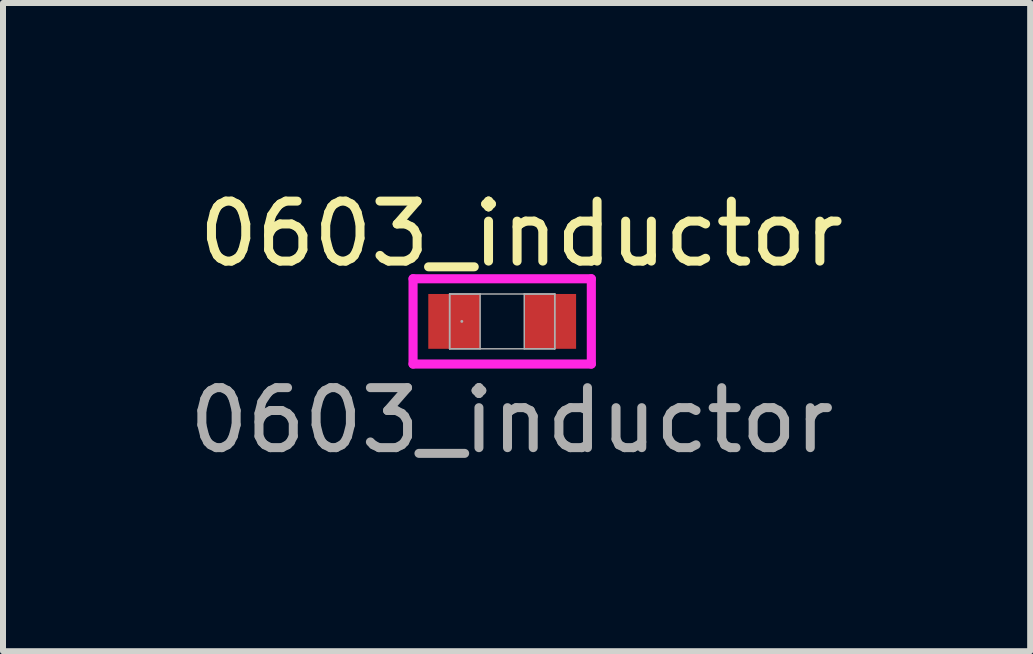
<source format=kicad_pcb>
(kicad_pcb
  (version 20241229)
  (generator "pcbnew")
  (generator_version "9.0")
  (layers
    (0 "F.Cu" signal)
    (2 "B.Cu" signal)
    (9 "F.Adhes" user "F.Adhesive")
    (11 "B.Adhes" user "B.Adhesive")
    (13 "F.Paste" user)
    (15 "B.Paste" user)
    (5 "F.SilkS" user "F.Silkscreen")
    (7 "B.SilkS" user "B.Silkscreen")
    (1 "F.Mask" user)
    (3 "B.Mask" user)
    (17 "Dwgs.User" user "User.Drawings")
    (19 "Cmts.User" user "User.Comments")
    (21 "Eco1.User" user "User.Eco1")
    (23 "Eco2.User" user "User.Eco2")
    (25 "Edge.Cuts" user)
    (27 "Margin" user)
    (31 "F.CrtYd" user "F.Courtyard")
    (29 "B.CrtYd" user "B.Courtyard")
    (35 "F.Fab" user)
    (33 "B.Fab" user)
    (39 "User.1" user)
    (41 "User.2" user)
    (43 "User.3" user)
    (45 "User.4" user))
  (footprint "0603_inductor"
    (layer "F.Cu")
    (at 5.322 2.308)
    (property "Reference" "0603_inductor" (at 0.32 -1.46 0) (unlocked yes) (layer "F.SilkS") (effects (font (size 1 1) (thickness 0.15))))
    (attr smd)
    (fp_line (start -1.486 -0.711) (end 1.486 -0.711) (stroke (width 0.152) (type solid)) (layer "F.CrtYd"))
    (fp_line (start -1.486 0.711) (end -1.486 -0.711) (stroke (width 0.152) (type solid)) (layer "F.CrtYd"))
    (fp_line (start 1.486 -0.711) (end 1.486 0.711) (stroke (width 0.152) (type solid)) (layer "F.CrtYd"))
    (fp_line (start 1.486 0.711) (end -1.486 0.711) (stroke (width 0.152) (type solid)) (layer "F.CrtYd"))
    (fp_line (start -0.876 -0.457) (end -0.876 0.457) (stroke (width 0.025) (type solid)) (layer "F.Fab"))
    (fp_line (start -0.876 -0.457) (end -0.876 0.457) (stroke (width 0.025) (type solid)) (layer "F.Fab"))
    (fp_line (start -0.876 0.457) (end -0.368 0.457) (stroke (width 0.025) (type solid)) (layer "F.Fab"))
    (fp_line (start -0.876 0.457) (end 0.876 0.457) (stroke (width 0.025) (type solid)) (layer "F.Fab"))
    (fp_line (start -0.368 -0.457) (end -0.876 -0.457) (stroke (width 0.025) (type solid)) (layer "F.Fab"))
    (fp_line (start -0.368 0.457) (end -0.368 -0.457) (stroke (width 0.025) (type solid)) (layer "F.Fab"))
    (fp_line (start 0.368 -0.457) (end 0.368 0.457) (stroke (width 0.025) (type solid)) (layer "F.Fab"))
    (fp_line (start 0.368 0.457) (end 0.876 0.457) (stroke (width 0.025) (type solid)) (layer "F.Fab"))
    (fp_line (start 0.876 -0.457) (end -0.876 -0.457) (stroke (width 0.025) (type solid)) (layer "F.Fab"))
    (fp_line (start 0.876 -0.457) (end 0.368 -0.457) (stroke (width 0.025) (type solid)) (layer "F.Fab"))
    (fp_line (start 0.876 0.457) (end 0.876 -0.457) (stroke (width 0.025) (type solid)) (layer "F.Fab"))
    (fp_line (start 0.876 0.457) (end 0.876 -0.457) (stroke (width 0.025) (type solid)) (layer "F.Fab"))
    (fp_circle (center -0.673 0) (end -0.673 0) (stroke (width 0.025) (type solid)) (fill no) (layer "F.Fab"))
    (fp_text user "${REFERENCE}" (at 0.16 1.65 0) (unlocked yes) (layer "F.Fab") (effects (font (size 1 1) (thickness 0.15))))
    (pad "1" smd rect (at -0.8 0) (size 0.864 0.914) (layers "F.Cu" "F.Mask" "F.Paste"))
    (pad "2" smd rect (at 0.8 0) (size 0.864 0.914) (layers "F.Cu" "F.Mask" "F.Paste"))
    (zone (net_name "") (layer "F.Cu") (hatch full 0.508) (connect_pads) (min_thickness 0.254) (filled_areas_thickness no) (keepout (tracks not_allowed) (vias not_allowed) (pads allowed) (copperpour not_allowed) (footprints allowed)) (placement (enabled no)) (fill) (polygon (pts (xy 5.005 1.902) (xy 5.64 1.902) (xy 5.64 2.715) (xy 5.005 2.715)))))
  (gr_rect
    (start -3 -3)
    (end 14.124 7.806)
    (stroke (width 0.1) (type default))
    (fill no)
    (layer "Edge.Cuts")))
</source>
